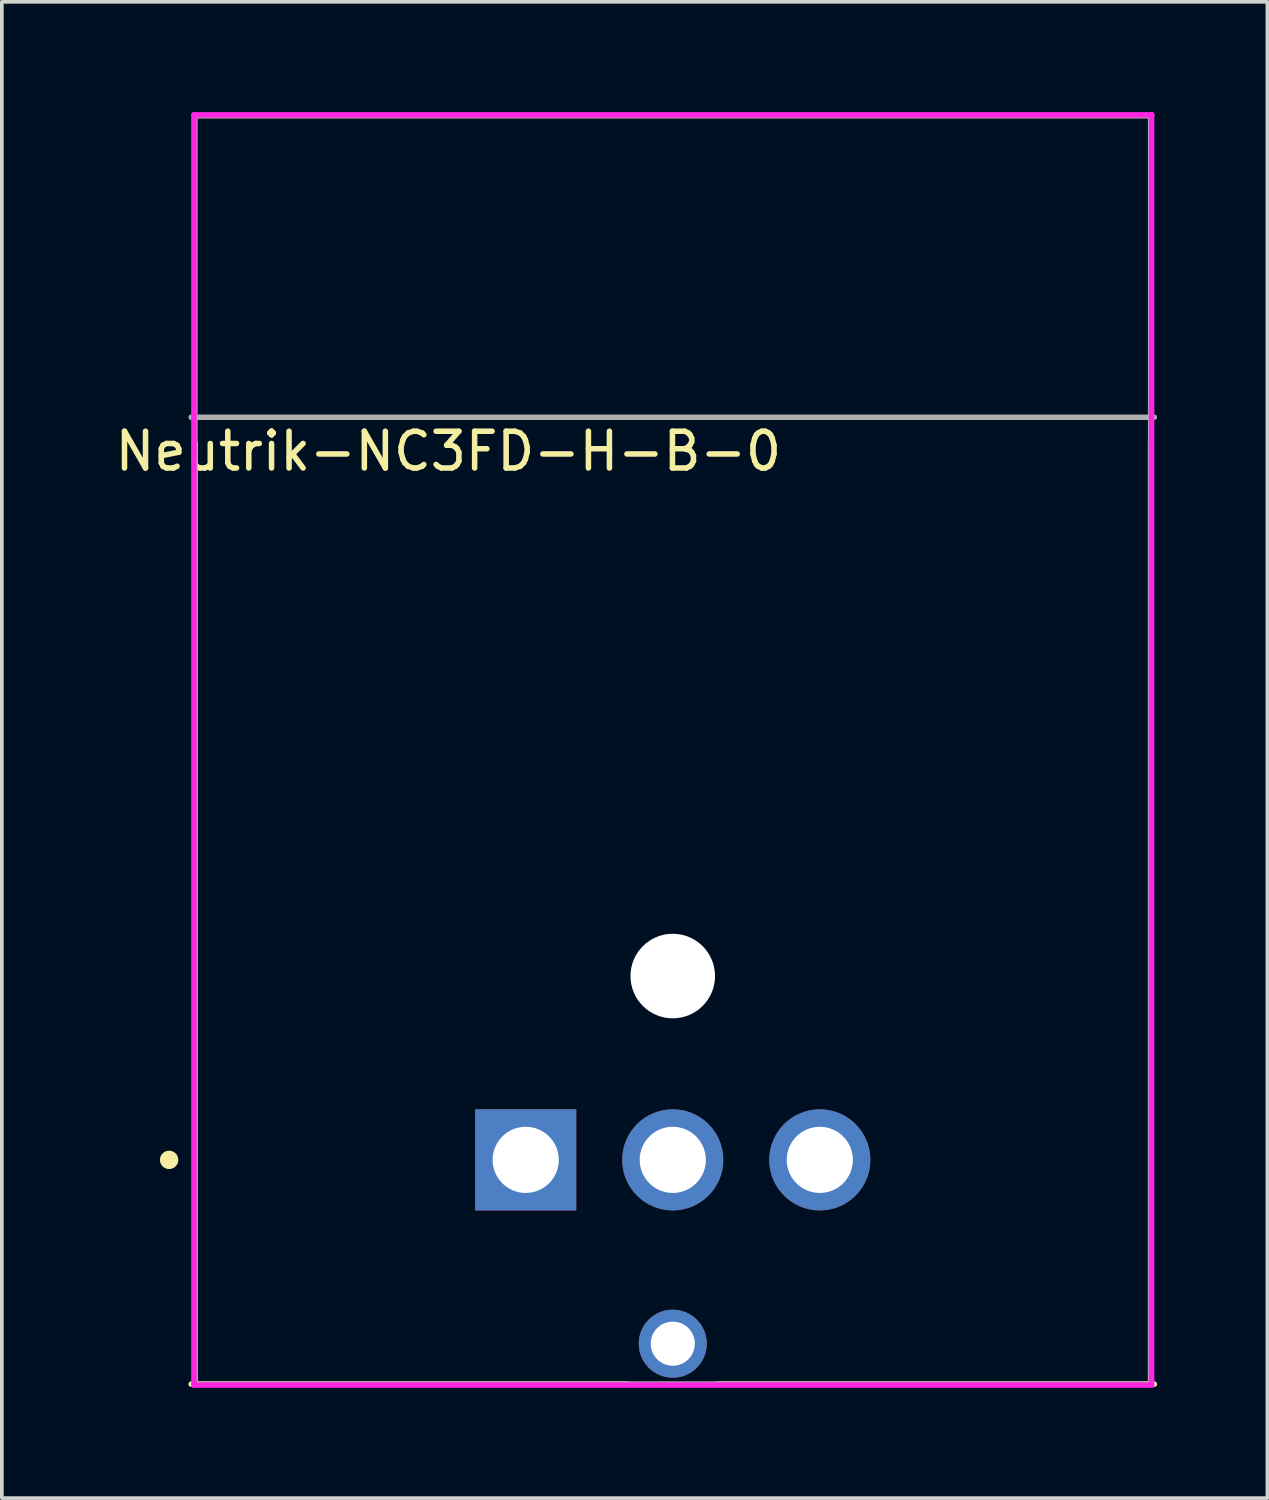
<source format=kicad_pcb>
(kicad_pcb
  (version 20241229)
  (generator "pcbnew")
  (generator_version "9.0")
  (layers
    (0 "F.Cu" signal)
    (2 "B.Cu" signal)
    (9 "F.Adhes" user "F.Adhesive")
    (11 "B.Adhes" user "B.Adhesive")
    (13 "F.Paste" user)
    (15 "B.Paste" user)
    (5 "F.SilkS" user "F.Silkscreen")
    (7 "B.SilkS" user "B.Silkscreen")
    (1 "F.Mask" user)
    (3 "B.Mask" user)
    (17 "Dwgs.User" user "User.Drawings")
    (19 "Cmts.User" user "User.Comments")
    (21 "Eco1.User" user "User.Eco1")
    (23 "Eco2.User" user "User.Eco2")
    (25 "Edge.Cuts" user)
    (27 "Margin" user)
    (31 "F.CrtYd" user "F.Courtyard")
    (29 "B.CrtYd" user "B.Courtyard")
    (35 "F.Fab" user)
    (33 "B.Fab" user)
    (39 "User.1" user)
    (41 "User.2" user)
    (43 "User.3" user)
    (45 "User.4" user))
  (footprint "Neutrik-NC3FD-H-B-0"
    (layer "F.Cu")
    (at 15.25 17.35)
    (property "Reference" "Neutrik-NC3FD-H-B-0" (at -15.25 -8.125 0) (layer "F.SilkS") (effects (font (size 1 1) (thickness 0.15)) (justify left)))
    (attr through_hole)
    (fp_line (start -13.1 17.25) (end -1.225 17.25) (stroke (width 0.15) (type solid)) (layer "F.SilkS"))
    (fp_line (start -13 17.25) (end -13 -8.35) (stroke (width 0.15) (type solid)) (layer "F.SilkS"))
    (fp_line (start 1.225 17.25) (end 13.1 17.25) (stroke (width 0.15) (type solid)) (layer "F.SilkS"))
    (fp_line (start 13 17.25) (end 13 -8.35) (stroke (width 0.15) (type solid)) (layer "F.SilkS"))
    (fp_circle (center -13.7 11.15) (end -13.575 11.15) (stroke (width 0.25) (type solid)) (fill no) (layer "F.SilkS"))
    (fp_line (start -13.025 -17.275) (end -13.025 17.275) (stroke (width 0.15) (type solid)) (layer "F.CrtYd"))
    (fp_line (start -13.025 17.275) (end 13.025 17.275) (stroke (width 0.15) (type solid)) (layer "F.CrtYd"))
    (fp_line (start 13.025 -17.275) (end -13.025 -17.275) (stroke (width 0.15) (type solid)) (layer "F.CrtYd"))
    (fp_line (start 13.025 -17.275) (end 13.025 -17.275) (stroke (width 0.15) (type solid)) (layer "F.CrtYd"))
    (fp_line (start 13.025 17.275) (end 13.025 -17.275) (stroke (width 0.15) (type solid)) (layer "F.CrtYd"))
    (fp_line (start -13.1 -9.05) (end 13.1 -9.05) (stroke (width 0.15) (type solid)) (layer "F.Fab"))
    (fp_line (start -13 -17.25) (end 13 -17.25) (stroke (width 0.15) (type solid)) (layer "F.Fab"))
    (fp_line (start -13 17.25) (end -13 -17.25) (stroke (width 0.15) (type solid)) (layer "F.Fab"))
    (fp_line (start 13 -17.25) (end 13 17.25) (stroke (width 0.15) (type solid)) (layer "F.Fab"))
    (fp_line (start 13 17.25) (end -13 17.25) (stroke (width 0.15) (type solid)) (layer "F.Fab"))
    (pad "" np_thru_hole circle (at 0 6.15) (size 2.3 2.3) (drill 2.3) (layers "*.Cu" "*.Mask"))
    (pad "1" thru_hole rect (at -4 11.15) (size 2.75 2.75) (drill 1.8) (layers "*.Cu"))
    (pad "2" thru_hole circle (at 4 11.15) (size 2.75 2.75) (drill 1.8) (layers "*.Cu"))
    (pad "3" thru_hole circle (at 0 11.15) (size 2.75 2.75) (drill 1.8) (layers "*.Cu"))
    (pad "G" thru_hole circle (at 0 16.15) (size 1.85 1.85) (drill 1.2) (layers "*.Cu")))
  (gr_rect
    (start -3 -3)
    (end 31.425 37.7)
    (stroke (width 0.1) (type default))
    (fill no)
    (layer "Edge.Cuts")))
</source>
